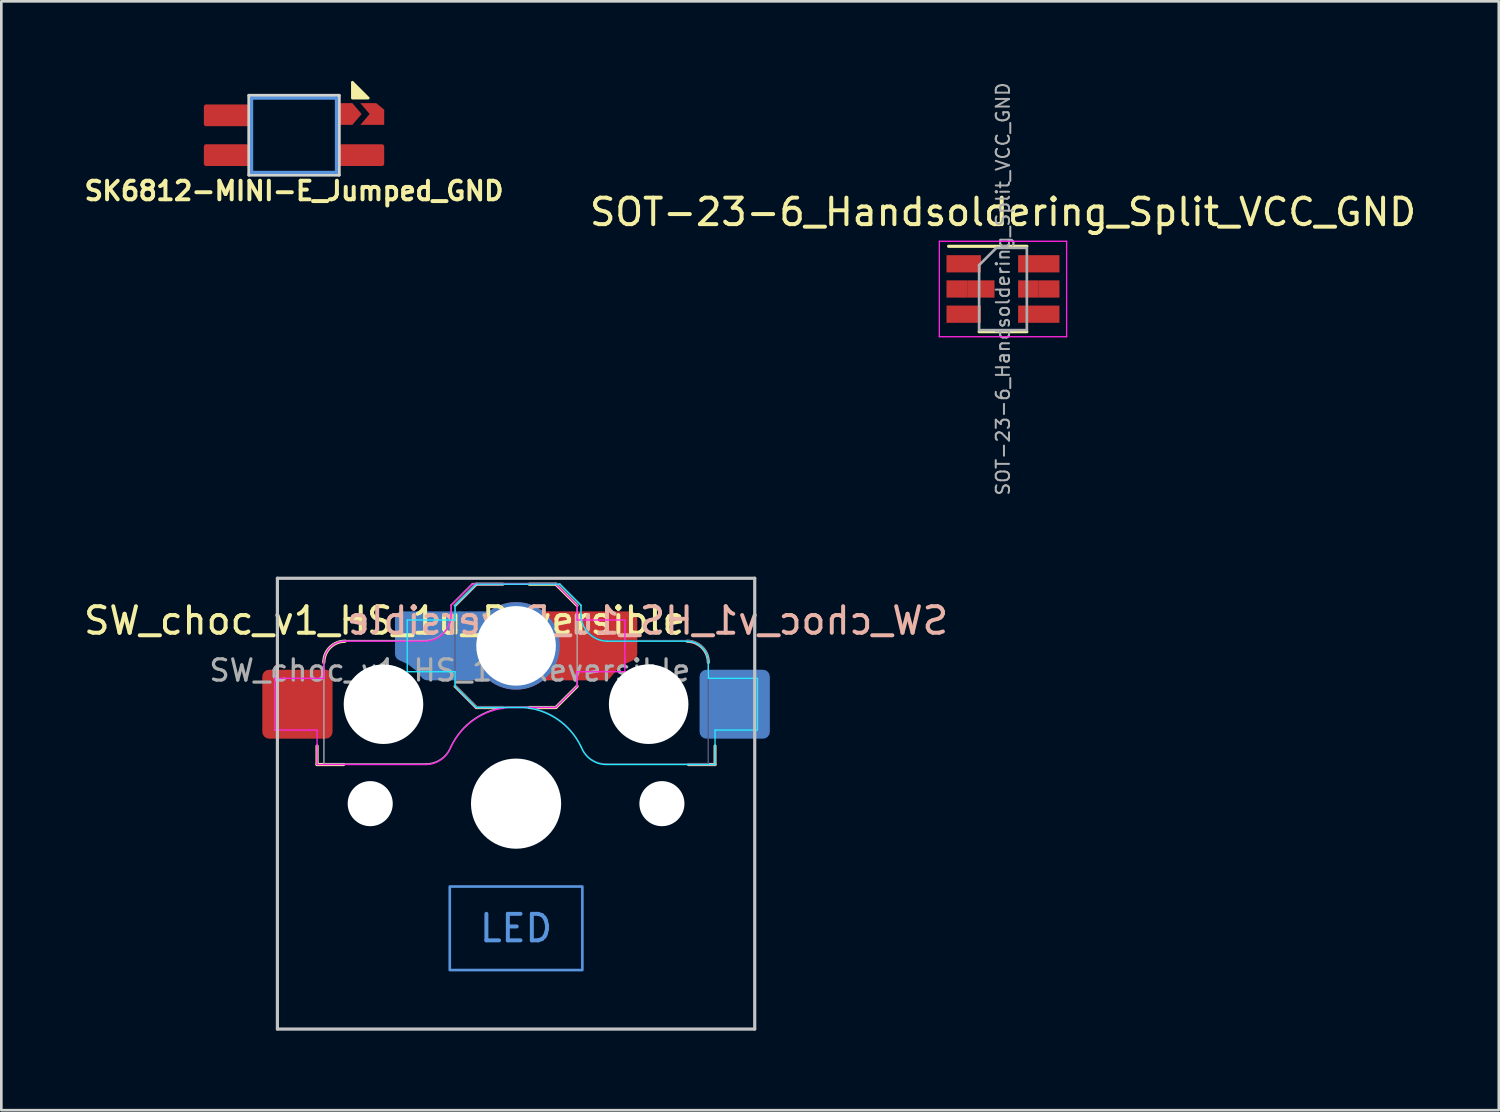
<source format=kicad_pcb>
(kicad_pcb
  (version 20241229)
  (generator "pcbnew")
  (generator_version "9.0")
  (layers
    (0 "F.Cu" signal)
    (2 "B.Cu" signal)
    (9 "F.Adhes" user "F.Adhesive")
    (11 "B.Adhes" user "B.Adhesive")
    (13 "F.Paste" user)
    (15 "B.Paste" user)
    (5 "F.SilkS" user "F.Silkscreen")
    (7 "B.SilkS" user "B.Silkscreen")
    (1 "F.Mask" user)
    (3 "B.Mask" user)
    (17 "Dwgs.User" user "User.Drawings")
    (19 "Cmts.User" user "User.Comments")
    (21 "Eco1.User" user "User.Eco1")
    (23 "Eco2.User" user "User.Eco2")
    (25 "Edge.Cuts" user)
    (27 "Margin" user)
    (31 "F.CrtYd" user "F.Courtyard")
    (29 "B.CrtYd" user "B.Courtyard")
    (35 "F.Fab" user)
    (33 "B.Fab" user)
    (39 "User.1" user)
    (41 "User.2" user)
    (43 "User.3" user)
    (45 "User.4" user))
  (footprint "SK6812-MINI-E_Jumped_GND"
    (layer "F.Cu")
    (at 8.038 2.05)
    (property "Reference" "SK6812-MINI-E_Jumped_GND" (at 0 2.1 0) (unlocked yes) (layer "F.SilkS") (effects (font (size 0.7 0.7) (thickness 0.15))))
    (attr through_hole)
    (fp_rect (start 2.2 -1.21) (end 2.85 -0.39) (stroke (width 0) (type solid)) (fill yes) (layer "F.Mask"))
    (fp_poly (pts (xy 2.8 -1.4) (xy 2.2 -1.4) (xy 2.2 -2)) (stroke (width 0.1) (type solid)) (fill yes) (layer "F.SilkS"))
    (fp_line (start -1.6 -1.4) (end 1.6 -1.4) (stroke (width 0.12) (type solid)) (layer "Cmts.User"))
    (fp_line (start -1.6 1.4) (end -1.6 -1.4) (stroke (width 0.12) (type solid)) (layer "Cmts.User"))
    (fp_line (start 1.6 -1.4) (end 1.6 1.4) (stroke (width 0.12) (type solid)) (layer "Cmts.User"))
    (fp_line (start 1.6 1.4) (end -1.6 1.4) (stroke (width 0.12) (type solid)) (layer "Cmts.User"))
    (fp_line (start -1.7 -1.5) (end 1.7 -1.5) (stroke (width 0.12) (type solid)) (layer "Edge.Cuts"))
    (fp_line (start -1.7 1.5) (end -1.7 -1.5) (stroke (width 0.12) (type solid)) (layer "Edge.Cuts"))
    (fp_line (start 1.7 -1.5) (end 1.7 1.5) (stroke (width 0.12) (type solid)) (layer "Edge.Cuts"))
    (fp_line (start 1.7 1.5) (end -1.7 1.5) (stroke (width 0.12) (type solid)) (layer "Edge.Cuts"))
    (pad "1" smd roundrect (at -2.55 0.75) (size 1.7 0.82) (layers "F.Cu" "F.Mask" "F.Paste") (roundrect_rratio 0.1))
    (pad "2" smd roundrect (at -2.55 -0.75) (size 1.7 0.82) (layers "F.Cu" "F.Mask" "F.Paste") (roundrect_rratio 0.1))
    (pad "3" smd custom (at 2.975 -0.8) (size 0.25 0.82) (layers "F.Cu" "F.Mask" "F.Paste") (options (anchor rect)) (primitives (gr_poly (pts (xy 0.425 0.41) (xy 0.125 0.41) (xy 0.125 -0.41) (xy 0.425 -0.164)) (width 0) (fill yes)) (gr_poly (pts (xy -0.125 -0.41) (xy -0.475 -0.41) (xy -0.125 0)) (width 0) (fill yes)) (gr_poly (pts (xy -0.125 0.41) (xy -0.475 0.41) (xy -0.125 0)) (width 0) (fill yes))))
    (pad "4" smd roundrect (at 2.55 0.75) (size 1.7 0.82) (layers "F.Cu" "F.Mask" "F.Paste") (roundrect_rratio 0.1))
    (pad "5" smd custom (at 1.95 -0.8) (size 0.5 0.82) (layers "F.Cu" "F.Mask" "F.Paste") (options (anchor rect)) (primitives (gr_poly (pts (xy 0.25 -0.41) (xy 0.6 0) (xy 0.25 0.41)) (width 0) (fill yes)))))
  (footprint "SW_choc_v1_HS_1u_Reversible"
    (layer "F.Cu")
    (at 16.411 27.256)
    (property "Reference" "SW_choc_v1_HS_1u_Reversible" (at -4.953 -6.9 0) (layer "F.SilkS") (effects (font (size 1 1) (thickness 0.15))))
    (attr smd)
    (fp_line (start -7.504 -1.475) (end -7.504 -2.175) (stroke (width 0.12) (type solid)) (layer "F.SilkS"))
    (fp_line (start -7.504 -1.475) (end -6.504 -1.475) (stroke (width 0.12) (type solid)) (layer "F.SilkS"))
    (fp_line (start 1.5 -8.275) (end 0.5 -8.275) (stroke (width 0.12) (type solid)) (layer "F.SilkS"))
    (fp_line (start 1.5 -3.625) (end 0.5 -3.625) (stroke (width 0.12) (type solid)) (layer "F.SilkS"))
    (fp_line (start 1.5 -3.625) (end 2.3 -4.425) (stroke (width 0.12) (type solid)) (layer "F.SilkS"))
    (fp_line (start 2.3 -7.475) (end 1.5 -8.275) (stroke (width 0.12) (type solid)) (layer "F.SilkS"))
    (fp_arc (start -7.25 -5.325) (mid -7.015685 -5.890685) (end -6.45 -6.125) (stroke (width 0.12) (type solid)) (layer "F.SilkS"))
    (fp_line (start -2.3 -7.475) (end -1.5 -8.275) (stroke (width 0.12) (type solid)) (layer "B.SilkS"))
    (fp_line (start -1.5 -8.275) (end -0.5 -8.275) (stroke (width 0.12) (type solid)) (layer "B.SilkS"))
    (fp_line (start -1.5 -3.625) (end -2.3 -4.425) (stroke (width 0.12) (type solid)) (layer "B.SilkS"))
    (fp_line (start -1.5 -3.625) (end -0.5 -3.625) (stroke (width 0.12) (type solid)) (layer "B.SilkS"))
    (fp_line (start 7.504 -1.475) (end 6.504 -1.475) (stroke (width 0.12) (type solid)) (layer "B.SilkS"))
    (fp_line (start 7.504 -1.475) (end 7.504 -2.175) (stroke (width 0.12) (type solid)) (layer "B.SilkS"))
    (fp_arc (start 6.45 -6.125) (mid 7.015685 -5.890685) (end 7.25 -5.325) (stroke (width 0.12) (type solid)) (layer "B.SilkS"))
    (fp_line (start -9 -8.5) (end -9 8.5) (stroke (width 0.12) (type solid)) (layer "Dwgs.User"))
    (fp_line (start -9 8.5) (end 9 8.5) (stroke (width 0.12) (type solid)) (layer "Dwgs.User"))
    (fp_line (start 9 -8.5) (end -9 -8.5) (stroke (width 0.12) (type solid)) (layer "Dwgs.User"))
    (fp_line (start 9 8.5) (end 9 -8.5) (stroke (width 0.12) (type solid)) (layer "Dwgs.User"))
    (fp_rect (start 2.5 6.275) (end -2.5 3.125) (stroke (width 0.1) (type default)) (fill no) (layer "Cmts.User"))
    (fp_line (start -6.95 -6.45) (end -6.95 6.45) (stroke (width 0.05) (type solid)) (layer "Eco2.User"))
    (fp_line (start -6.45 6.95) (end 6.45 6.95) (stroke (width 0.05) (type solid)) (layer "Eco2.User"))
    (fp_line (start 6.45 -6.95) (end -6.45 -6.95) (stroke (width 0.05) (type solid)) (layer "Eco2.User"))
    (fp_line (start 6.95 6.45) (end 6.95 -6.45) (stroke (width 0.05) (type solid)) (layer "Eco2.User"))
    (fp_arc (start -6.95 -6.45) (mid -6.803553 -6.803553) (end -6.45 -6.95) (stroke (width 0.05) (type solid)) (layer "Eco2.User"))
    (fp_arc (start -6.45 6.95) (mid -6.803553 6.803553) (end -6.95 6.45) (stroke (width 0.05) (type solid)) (layer "Eco2.User"))
    (fp_arc (start 6.45 -6.95) (mid 6.803553 -6.803553) (end 6.95 -6.45) (stroke (width 0.05) (type solid)) (layer "Eco2.User"))
    (fp_arc (start 6.45 -6.95) (mid 6.803553 -6.803553) (end 6.95 -6.45) (stroke (width 0.05) (type solid)) (layer "Eco2.User"))
    (fp_arc (start 6.95 6.45) (mid 6.803553 6.803553) (end 6.45 6.95) (stroke (width 0.05) (type solid)) (layer "Eco2.User"))
    (fp_line (start -4.104 -6.925) (end -2.3 -6.925) (stroke (width 0.05) (type solid)) (layer "B.CrtYd"))
    (fp_line (start -4.104 -4.975) (end -4.104 -6.925) (stroke (width 0.05) (type solid)) (layer "B.CrtYd"))
    (fp_line (start -4.104 -4.975) (end -2.3 -4.975) (stroke (width 0.05) (type solid)) (layer "B.CrtYd"))
    (fp_line (start -2.3 -7.475) (end -2.3 -6.925) (stroke (width 0.05) (type solid)) (layer "B.CrtYd"))
    (fp_line (start -2.3 -7.475) (end -1.5 -8.275) (stroke (width 0.05) (type solid)) (layer "B.CrtYd"))
    (fp_line (start -2.3 -4.975) (end -2.3 -4.425) (stroke (width 0.05) (type solid)) (layer "B.CrtYd"))
    (fp_line (start -1.5 -8.275) (end 1.65 -8.275) (stroke (width 0.05) (type solid)) (layer "B.CrtYd"))
    (fp_line (start -1.5 -3.625) (end -2.3 -4.425) (stroke (width 0.05) (type solid)) (layer "B.CrtYd"))
    (fp_line (start -1.5 -3.625) (end 0.3 -3.625) (stroke (width 0.05) (type solid)) (layer "B.CrtYd"))
    (fp_line (start 2.45 -7.475) (end 1.65 -8.275) (stroke (width 0.05) (type solid)) (layer "B.CrtYd"))
    (fp_line (start 2.45 -7.475) (end 2.45 -7.125) (stroke (width 0.05) (type solid)) (layer "B.CrtYd"))
    (fp_line (start 3.45 -6.125) (end 6.45 -6.125) (stroke (width 0.05) (type solid)) (layer "B.CrtYd"))
    (fp_line (start 7.25 -5.325) (end 7.25 -4.725) (stroke (width 0.05) (type solid)) (layer "B.CrtYd"))
    (fp_line (start 7.25 -4.725) (end 9.104 -4.725) (stroke (width 0.05) (type solid)) (layer "B.CrtYd"))
    (fp_line (start 7.504 -2.175) (end 7.504 -2.775) (stroke (width 0.05) (type solid)) (layer "B.CrtYd"))
    (fp_line (start 7.504 -1.475) (end 3.4 -1.475) (stroke (width 0.05) (type solid)) (layer "B.CrtYd"))
    (fp_line (start 7.504 -1.475) (end 7.504 -2.175) (stroke (width 0.05) (type solid)) (layer "B.CrtYd"))
    (fp_line (start 9.104 -4.725) (end 9.104 -2.775) (stroke (width 0.05) (type solid)) (layer "B.CrtYd"))
    (fp_line (start 9.104 -2.775) (end 7.504 -2.775) (stroke (width 0.05) (type solid)) (layer "B.CrtYd"))
    (fp_arc (start 0.299999 -3.624999) (mid 1.577272 -3.167235) (end 2.455444 -2.13293) (stroke (width 0.05) (type solid)) (layer "B.CrtYd"))
    (fp_arc (start 3.4 -1.475) (mid 2.826423 -1.655848) (end 2.460307 -2.13298) (stroke (width 0.05) (type solid)) (layer "B.CrtYd"))
    (fp_arc (start 3.45 -6.125) (mid 2.742893 -6.417893) (end 2.45 -7.125) (stroke (width 0.05) (type solid)) (layer "B.CrtYd"))
    (fp_arc (start 6.45 -6.125) (mid 7.015685 -5.890685) (end 7.25 -5.325) (stroke (width 0.05) (type solid)) (layer "B.CrtYd"))
    (fp_line (start -9.104 -4.725) (end -9.104 -2.775) (stroke (width 0.05) (type solid)) (layer "F.CrtYd"))
    (fp_line (start -9.104 -2.775) (end -7.504 -2.775) (stroke (width 0.05) (type solid)) (layer "F.CrtYd"))
    (fp_line (start -7.504 -2.175) (end -7.504 -2.775) (stroke (width 0.05) (type solid)) (layer "F.CrtYd"))
    (fp_line (start -7.504 -1.475) (end -7.504 -2.175) (stroke (width 0.05) (type solid)) (layer "F.CrtYd"))
    (fp_line (start -7.504 -1.475) (end -3.4 -1.475) (stroke (width 0.05) (type solid)) (layer "F.CrtYd"))
    (fp_line (start -7.25 -5.325) (end -7.25 -4.725) (stroke (width 0.05) (type solid)) (layer "F.CrtYd"))
    (fp_line (start -7.25 -4.725) (end -9.104 -4.725) (stroke (width 0.05) (type solid)) (layer "F.CrtYd"))
    (fp_line (start -3.45 -6.125) (end -6.45 -6.125) (stroke (width 0.05) (type solid)) (layer "F.CrtYd"))
    (fp_line (start -2.45 -7.475) (end -2.45 -7.125) (stroke (width 0.05) (type solid)) (layer "F.CrtYd"))
    (fp_line (start -2.45 -7.475) (end -1.65 -8.275) (stroke (width 0.05) (type solid)) (layer "F.CrtYd"))
    (fp_line (start 1.5 -8.275) (end -1.65 -8.275) (stroke (width 0.05) (type solid)) (layer "F.CrtYd"))
    (fp_line (start 1.5 -3.625) (end -0.3 -3.625) (stroke (width 0.05) (type solid)) (layer "F.CrtYd"))
    (fp_line (start 1.5 -3.625) (end 2.3 -4.425) (stroke (width 0.05) (type solid)) (layer "F.CrtYd"))
    (fp_line (start 2.3 -7.475) (end 1.5 -8.275) (stroke (width 0.05) (type solid)) (layer "F.CrtYd"))
    (fp_line (start 2.3 -7.475) (end 2.3 -6.925) (stroke (width 0.05) (type solid)) (layer "F.CrtYd"))
    (fp_line (start 2.3 -4.975) (end 2.3 -4.425) (stroke (width 0.05) (type solid)) (layer "F.CrtYd"))
    (fp_line (start 4.104 -6.925) (end 2.3 -6.925) (stroke (width 0.05) (type solid)) (layer "F.CrtYd"))
    (fp_line (start 4.104 -4.975) (end 2.3 -4.975) (stroke (width 0.05) (type solid)) (layer "F.CrtYd"))
    (fp_line (start 4.104 -4.975) (end 4.104 -6.925) (stroke (width 0.05) (type solid)) (layer "F.CrtYd"))
    (fp_arc (start -7.25 -5.325) (mid -7.015685 -5.890685) (end -6.45 -6.125) (stroke (width 0.05) (type solid)) (layer "F.CrtYd"))
    (fp_arc (start -2.460307 -2.13298) (mid -2.826423 -1.655848) (end -3.4 -1.475) (stroke (width 0.05) (type solid)) (layer "F.CrtYd"))
    (fp_arc (start -2.455444 -2.13293) (mid -1.577272 -3.167235) (end -0.299999 -3.624999) (stroke (width 0.05) (type solid)) (layer "F.CrtYd"))
    (fp_arc (start -2.45 -7.125) (mid -2.742893 -6.417893) (end -3.45 -6.125) (stroke (width 0.05) (type solid)) (layer "F.CrtYd"))
    (fp_line (start -2.304 -7.5) (end -2.304 -4.45) (stroke (width 0.05) (type solid)) (layer "B.Fab"))
    (fp_line (start -2.304 -7.5) (end -1.504 -8.3) (stroke (width 0.05) (type solid)) (layer "B.Fab"))
    (fp_line (start -1.504 -8.3) (end 1.646 -8.3) (stroke (width 0.05) (type solid)) (layer "B.Fab"))
    (fp_line (start -1.504 -3.65) (end -2.304 -4.45) (stroke (width 0.05) (type solid)) (layer "B.Fab"))
    (fp_line (start -1.504 -3.65) (end 0.296 -3.65) (stroke (width 0.05) (type solid)) (layer "B.Fab"))
    (fp_line (start 2.446 -7.5) (end 1.646 -8.3) (stroke (width 0.05) (type solid)) (layer "B.Fab"))
    (fp_line (start 2.446 -7.5) (end 2.446 -7.15) (stroke (width 0.05) (type solid)) (layer "B.Fab"))
    (fp_line (start 3.446 -6.15) (end 6.446 -6.15) (stroke (width 0.05) (type solid)) (layer "B.Fab"))
    (fp_line (start 7.246 -5.35) (end 7.246 -1.5) (stroke (width 0.05) (type solid)) (layer "B.Fab"))
    (fp_line (start 7.246 -1.5) (end 3.396 -1.5) (stroke (width 0.05) (type solid)) (layer "B.Fab"))
    (fp_arc (start 0.295999 -3.649999) (mid 1.573272 -3.192235) (end 2.451444 -2.15793) (stroke (width 0.05) (type solid)) (layer "B.Fab"))
    (fp_arc (start 3.396 -1.5) (mid 2.822423 -1.680848) (end 2.456307 -2.15798) (stroke (width 0.05) (type solid)) (layer "B.Fab"))
    (fp_arc (start 3.446 -6.15) (mid 2.738893 -6.442893) (end 2.446 -7.15) (stroke (width 0.05) (type solid)) (layer "B.Fab"))
    (fp_arc (start 6.446 -6.15) (mid 7.011685 -5.915685) (end 7.246 -5.35) (stroke (width 0.05) (type solid)) (layer "B.Fab"))
    (fp_line (start -7.246 -5.35) (end -7.246 -1.5) (stroke (width 0.05) (type solid)) (layer "F.Fab"))
    (fp_line (start -7.246 -1.5) (end -3.396 -1.5) (stroke (width 0.05) (type solid)) (layer "F.Fab"))
    (fp_line (start -3.446 -6.15) (end -6.446 -6.15) (stroke (width 0.05) (type solid)) (layer "F.Fab"))
    (fp_line (start -2.446 -7.5) (end -2.446 -7.15) (stroke (width 0.05) (type solid)) (layer "F.Fab"))
    (fp_line (start -2.446 -7.5) (end -1.646 -8.3) (stroke (width 0.05) (type solid)) (layer "F.Fab"))
    (fp_line (start 1.504 -8.3) (end -1.646 -8.3) (stroke (width 0.05) (type solid)) (layer "F.Fab"))
    (fp_line (start 1.504 -3.65) (end -0.296 -3.65) (stroke (width 0.05) (type solid)) (layer "F.Fab"))
    (fp_line (start 1.504 -3.65) (end 2.304 -4.45) (stroke (width 0.05) (type solid)) (layer "F.Fab"))
    (fp_line (start 2.304 -7.5) (end 1.504 -8.3) (stroke (width 0.05) (type solid)) (layer "F.Fab"))
    (fp_line (start 2.304 -7.5) (end 2.304 -4.45) (stroke (width 0.05) (type solid)) (layer "F.Fab"))
    (fp_arc (start -7.246 -5.35) (mid -7.011685 -5.915685) (end -6.446 -6.15) (stroke (width 0.05) (type solid)) (layer "F.Fab"))
    (fp_arc (start -2.456307 -2.15798) (mid -2.822423 -1.680848) (end -3.396 -1.5) (stroke (width 0.05) (type solid)) (layer "F.Fab"))
    (fp_arc (start -2.451444 -2.15793) (mid -1.573272 -3.192235) (end -0.295999 -3.649999) (stroke (width 0.05) (type solid)) (layer "F.Fab"))
    (fp_arc (start -2.446 -7.15) (mid -2.738893 -6.442893) (end -3.446 -6.15) (stroke (width 0.05) (type solid)) (layer "F.Fab"))
    (fp_text user "${REFERENCE}" (at 4.953 -6.9 0) (layer "B.SilkS") (effects (font (size 1 1) (thickness 0.15)) (justify mirror)))
    (fp_text user "LED" (at 0 4.7 0) (unlocked yes) (layer "Cmts.User") (effects (font (size 1 1) (thickness 0.15))))
    (fp_text user "${REFERENCE}" (at -2.496 -5.025 180) (layer "F.Fab") (effects (font (size 0.8 0.8) (thickness 0.12))))
    (pad "" np_thru_hole circle (at -5.5 0) (size 1.7 1.7) (drill 1.7) (layers "*.Cu" "*.Mask"))
    (pad "" np_thru_hole circle (at -5 -3.75 180) (size 3 3) (drill 3) (layers "*.Cu" "*.Mask"))
    (pad "" np_thru_hole circle (at 0 0) (size 3.4 3.4) (drill 3.4) (layers "*.Cu" "*.Mask"))
    (pad "" np_thru_hole circle (at 5 -3.75) (size 3 3) (drill 3) (layers "*.Cu" "*.Mask"))
    (pad "" np_thru_hole circle (at 5.5 0) (size 1.7 1.7) (drill 1.7) (layers "*.Cu" "*.Mask"))
    (pad "1" smd roundrect (at -8.245 -3.75 180) (size 2.65 2.6) (layers "F.Cu" "F.Mask" "F.Paste") (roundrect_rratio 0.1))
    (pad "1" smd roundrect (at 8.245 -3.75) (size 2.65 2.6) (layers "B.Cu" "B.Mask" "B.Paste") (roundrect_rratio 0.1))
    (pad "2" smd custom (at -3.24 -5.95 180) (size 0.5 0.5) (layers "B.Cu" "B.Mask" "B.Paste") (options (anchor rect)) (primitives (gr_poly (pts (xy -1.075 1.05) (xy 1.075 1.05) (xy 1.075 -0.31) (xy 0.722 -0.47) (xy 0.357 -0.751) (xy 0.11 -1.05) (xy -1.075 -1.05)) (width 0.5) (fill yes))))
    (pad "2" smd rect (at -1.55 -5.95 180) (size 1.2 2.6) (layers "B.Cu"))
    (pad "2" thru_hole circle (at 0 -5.95) (size 3.3 3.3) (drill 3) (layers "*.Cu" "*.Mask"))
    (pad "2" smd rect (at 1.55 -5.95) (size 1.2 2.6) (layers "F.Cu"))
    (pad "2" smd custom (at 3.245 -5.95) (size 0.5 0.5) (layers "F.Cu" "F.Mask" "F.Paste") (options (anchor rect)) (primitives (gr_poly (pts (xy -1.075 -1.05) (xy 1.075 -1.05) (xy 1.075 0.31) (xy 0.722 0.47) (xy 0.357 0.751) (xy 0.11 1.05) (xy -1.075 1.05)) (width 0.5) (fill yes)))))
  (footprint "SOT-23-6_Handsoldering_Split_VCC_GND"
    (layer "F.Cu")
    (at 34.773 7.848)
    (property "Reference" "SOT-23-6_Handsoldering_Split_VCC_GND" (at 0 -2.9 0) (layer "F.SilkS") (effects (font (size 1 1) (thickness 0.15))))
    (attr smd)
    (fp_line (start -0.9 1.61) (end 0.9 1.61) (stroke (width 0.12) (type solid)) (layer "F.SilkS"))
    (fp_line (start 0.9 -1.61) (end -2.05 -1.61) (stroke (width 0.12) (type solid)) (layer "F.SilkS"))
    (fp_line (start -2.4 -1.8) (end 2.4 -1.8) (stroke (width 0.05) (type solid)) (layer "F.CrtYd"))
    (fp_line (start -2.4 1.8) (end -2.4 -1.8) (stroke (width 0.05) (type solid)) (layer "F.CrtYd"))
    (fp_line (start 2.4 -1.8) (end 2.4 1.8) (stroke (width 0.05) (type solid)) (layer "F.CrtYd"))
    (fp_line (start 2.4 1.8) (end -2.4 1.8) (stroke (width 0.05) (type solid)) (layer "F.CrtYd"))
    (fp_line (start -0.9 -0.9) (end -0.9 1.55) (stroke (width 0.1) (type solid)) (layer "F.Fab"))
    (fp_line (start -0.9 -0.9) (end -0.25 -1.55) (stroke (width 0.1) (type solid)) (layer "F.Fab"))
    (fp_line (start 0.9 -1.55) (end -0.25 -1.55) (stroke (width 0.1) (type solid)) (layer "F.Fab"))
    (fp_line (start 0.9 -1.55) (end 0.9 1.55) (stroke (width 0.1) (type solid)) (layer "F.Fab"))
    (fp_line (start 0.9 1.55) (end -0.9 1.55) (stroke (width 0.1) (type solid)) (layer "F.Fab"))
    (fp_text user "${REFERENCE}" (at 0 0 90) (layer "F.Fab") (effects (font (size 0.5 0.5) (thickness 0.075))))
    (pad "1" smd rect (at -1.63 -0.95) (size 1 0.65) (layers "F.Cu" "F.Mask" "F.Paste"))
    (pad "1" smd rect (at -0.98 -0.95) (size 0.3 0.65) (layers "F.Cu" "F.Mask" "F.Paste"))
    (pad "2" smd rect (at -0.835 0) (size 1.03 0.65) (layers "F.Cu" "F.Mask" "F.Paste"))
    (pad "3" smd rect (at -1.63 0.95) (size 1 0.65) (layers "F.Cu" "F.Mask" "F.Paste"))
    (pad "3" smd rect (at -0.98 0.95) (size 0.3 0.65) (layers "F.Cu" "F.Mask" "F.Paste"))
    (pad "4" smd rect (at 1.35 0.95) (size 1.56 0.65) (layers "F.Cu" "F.Mask" "F.Paste"))
    (pad "5" smd rect (at 1.74 0) (size 0.78 0.65) (layers "F.Cu" "F.Mask" "F.Paste"))
    (pad "6" smd rect (at 1.35 -0.95) (size 1.56 0.65) (layers "F.Cu" "F.Mask" "F.Paste"))
    (pad "7" smd rect (at 0.96 0) (size 0.78 0.65) (layers "F.Cu" "F.Mask" "F.Paste"))
    (pad "8" smd rect (at -1.74 0) (size 0.78 0.65) (layers "F.Cu" "F.Mask" "F.Paste")))
  (gr_rect
    (start -3 -3)
    (end 53.47 38.816)
    (stroke (width 0.1) (type default))
    (fill no)
    (layer "Edge.Cuts")))
</source>
